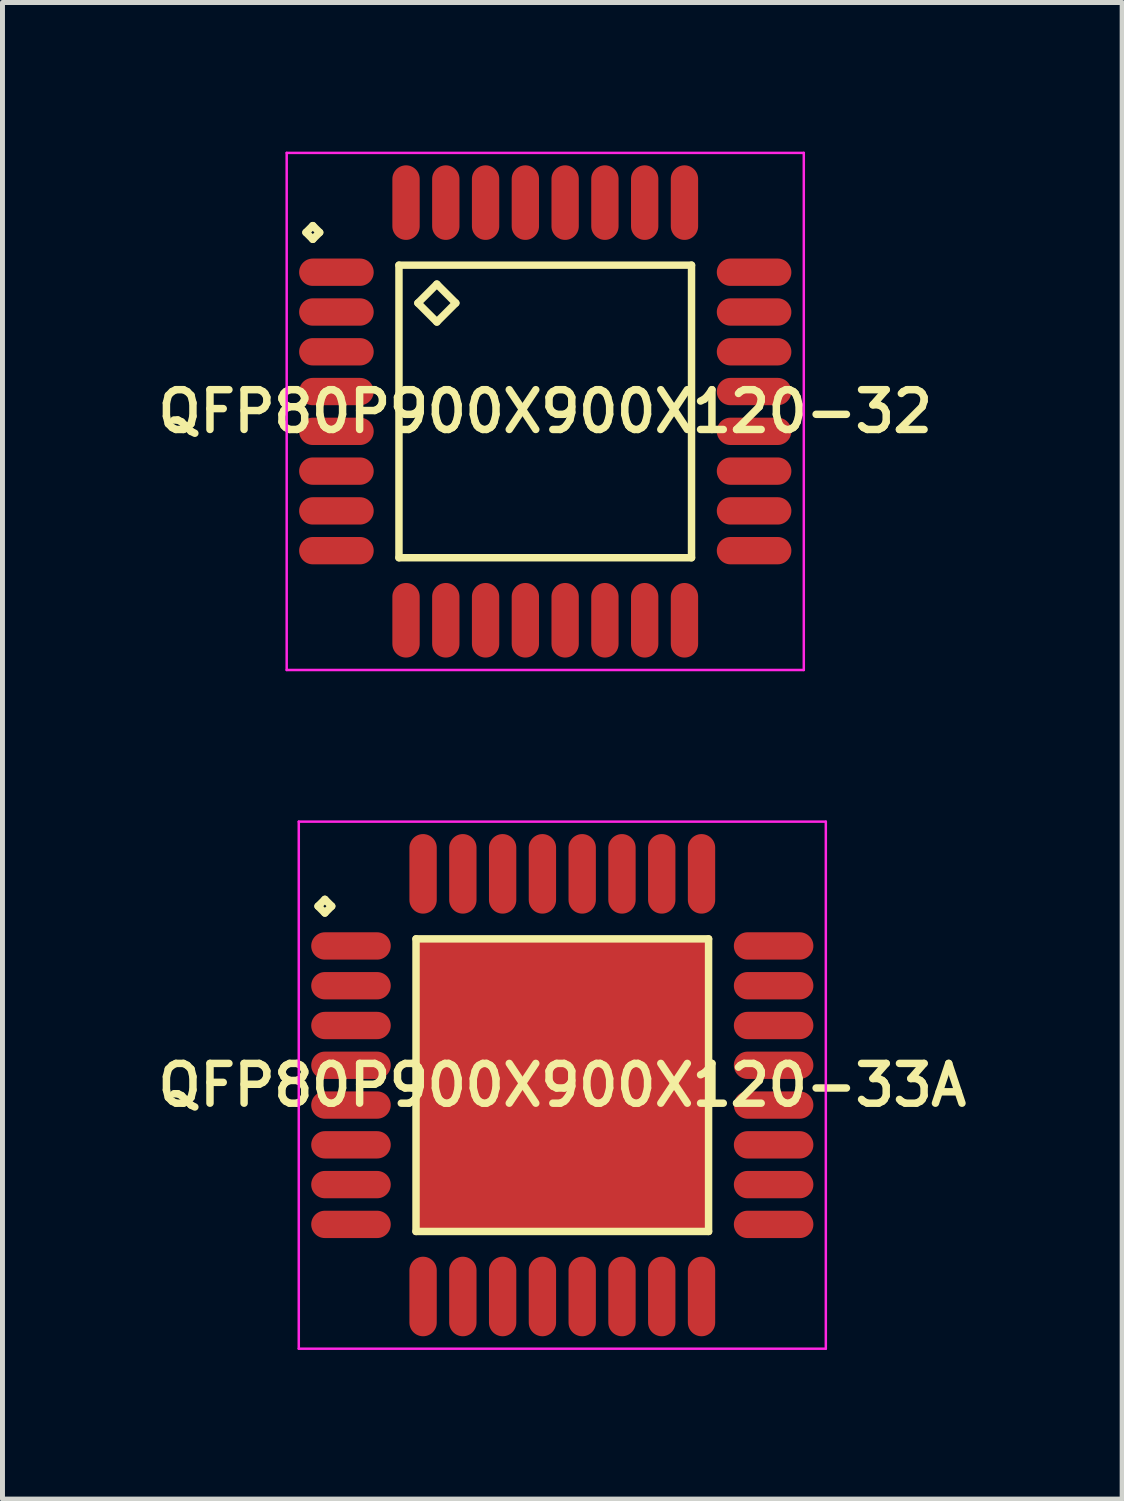
<source format=kicad_pcb>
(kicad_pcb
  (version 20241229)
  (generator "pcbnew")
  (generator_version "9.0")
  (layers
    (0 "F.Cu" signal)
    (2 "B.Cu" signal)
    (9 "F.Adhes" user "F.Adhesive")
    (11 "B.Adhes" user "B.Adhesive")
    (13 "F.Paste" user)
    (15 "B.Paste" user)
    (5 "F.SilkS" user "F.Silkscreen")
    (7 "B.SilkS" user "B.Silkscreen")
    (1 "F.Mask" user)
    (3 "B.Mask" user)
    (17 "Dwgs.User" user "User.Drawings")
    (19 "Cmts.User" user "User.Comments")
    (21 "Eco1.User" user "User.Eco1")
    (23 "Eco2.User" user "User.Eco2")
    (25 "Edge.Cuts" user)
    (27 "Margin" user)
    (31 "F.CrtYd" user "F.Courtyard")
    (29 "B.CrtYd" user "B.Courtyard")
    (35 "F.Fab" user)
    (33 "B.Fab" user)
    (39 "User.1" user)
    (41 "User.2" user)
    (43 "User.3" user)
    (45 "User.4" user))
  (footprint "QFP80P900X900X120-33A"
    (layer "F.Cu")
    (at 8.259 18.775)
    (property "Reference" "QFP80P900X900X120-33A" (at 0 0 0) (layer "F.SilkS") (effects (font (size 0.8 0.8) (thickness 0.15))))
    (attr smd)
    (fp_line (start -4.912 -3.6) (end -4.775 -3.737) (stroke (width 0.15) (type solid)) (layer "F.SilkS"))
    (fp_line (start -4.775 -3.737) (end -4.638 -3.6) (stroke (width 0.15) (type solid)) (layer "F.SilkS"))
    (fp_line (start -4.775 -3.462) (end -4.912 -3.6) (stroke (width 0.15) (type solid)) (layer "F.SilkS"))
    (fp_line (start -4.638 -3.6) (end -4.775 -3.462) (stroke (width 0.15) (type solid)) (layer "F.SilkS"))
    (fp_line (start -2.942 -2.942) (end -2.942 2.942) (stroke (width 0.15) (type solid)) (layer "F.SilkS"))
    (fp_line (start -2.942 2.942) (end 2.942 2.942) (stroke (width 0.15) (type solid)) (layer "F.SilkS"))
    (fp_line (start 2.942 -2.942) (end -2.942 -2.942) (stroke (width 0.15) (type solid)) (layer "F.SilkS"))
    (fp_line (start 2.942 2.942) (end 2.942 -2.942) (stroke (width 0.15) (type solid)) (layer "F.SilkS"))
    (fp_line (start -5.3 -5.3) (end 5.3 -5.3) (stroke (width 0.05) (type solid)) (layer "F.CrtYd"))
    (fp_line (start -5.3 5.3) (end -5.3 -5.3) (stroke (width 0.05) (type solid)) (layer "F.CrtYd"))
    (fp_line (start 5.3 -5.3) (end 5.3 5.3) (stroke (width 0.05) (type solid)) (layer "F.CrtYd"))
    (fp_line (start 5.3 5.3) (end -5.3 5.3) (stroke (width 0.05) (type solid)) (layer "F.CrtYd"))
    (pad "1" smd oval (at -4.25 -2.8) (size 1.6 0.55) (layers "F.Cu" "F.Mask" "F.Paste"))
    (pad "2" smd oval (at -4.25 -2) (size 1.6 0.55) (layers "F.Cu" "F.Mask" "F.Paste"))
    (pad "3" smd oval (at -4.25 -1.2) (size 1.6 0.55) (layers "F.Cu" "F.Mask" "F.Paste"))
    (pad "4" smd oval (at -4.25 -0.4) (size 1.6 0.55) (layers "F.Cu" "F.Mask" "F.Paste"))
    (pad "5" smd oval (at -4.25 0.4) (size 1.6 0.55) (layers "F.Cu" "F.Mask" "F.Paste"))
    (pad "6" smd oval (at -4.25 1.2) (size 1.6 0.55) (layers "F.Cu" "F.Mask" "F.Paste"))
    (pad "7" smd oval (at -4.25 2) (size 1.6 0.55) (layers "F.Cu" "F.Mask" "F.Paste"))
    (pad "8" smd oval (at -4.25 2.8) (size 1.6 0.55) (layers "F.Cu" "F.Mask" "F.Paste"))
    (pad "9" smd oval (at -2.8 4.25) (size 0.55 1.6) (layers "F.Cu" "F.Mask" "F.Paste"))
    (pad "10" smd oval (at -2 4.25) (size 0.55 1.6) (layers "F.Cu" "F.Mask" "F.Paste"))
    (pad "11" smd oval (at -1.2 4.25) (size 0.55 1.6) (layers "F.Cu" "F.Mask" "F.Paste"))
    (pad "12" smd oval (at -0.4 4.25) (size 0.55 1.6) (layers "F.Cu" "F.Mask" "F.Paste"))
    (pad "13" smd oval (at 0.4 4.25) (size 0.55 1.6) (layers "F.Cu" "F.Mask" "F.Paste"))
    (pad "14" smd oval (at 1.2 4.25) (size 0.55 1.6) (layers "F.Cu" "F.Mask" "F.Paste"))
    (pad "15" smd oval (at 2 4.25) (size 0.55 1.6) (layers "F.Cu" "F.Mask" "F.Paste"))
    (pad "16" smd oval (at 2.8 4.25) (size 0.55 1.6) (layers "F.Cu" "F.Mask" "F.Paste"))
    (pad "17" smd oval (at 4.25 2.8) (size 1.6 0.55) (layers "F.Cu" "F.Mask" "F.Paste"))
    (pad "18" smd oval (at 4.25 2) (size 1.6 0.55) (layers "F.Cu" "F.Mask" "F.Paste"))
    (pad "19" smd oval (at 4.25 1.2) (size 1.6 0.55) (layers "F.Cu" "F.Mask" "F.Paste"))
    (pad "20" smd oval (at 4.25 0.4) (size 1.6 0.55) (layers "F.Cu" "F.Mask" "F.Paste"))
    (pad "21" smd oval (at 4.25 -0.4) (size 1.6 0.55) (layers "F.Cu" "F.Mask" "F.Paste"))
    (pad "22" smd oval (at 4.25 -1.2) (size 1.6 0.55) (layers "F.Cu" "F.Mask" "F.Paste"))
    (pad "23" smd oval (at 4.25 -2) (size 1.6 0.55) (layers "F.Cu" "F.Mask" "F.Paste"))
    (pad "24" smd oval (at 4.25 -2.8) (size 1.6 0.55) (layers "F.Cu" "F.Mask" "F.Paste"))
    (pad "25" smd oval (at 2.8 -4.25) (size 0.55 1.6) (layers "F.Cu" "F.Mask" "F.Paste"))
    (pad "26" smd oval (at 2 -4.25) (size 0.55 1.6) (layers "F.Cu" "F.Mask" "F.Paste"))
    (pad "27" smd oval (at 1.2 -4.25) (size 0.55 1.6) (layers "F.Cu" "F.Mask" "F.Paste"))
    (pad "28" smd oval (at 0.4 -4.25) (size 0.55 1.6) (layers "F.Cu" "F.Mask" "F.Paste"))
    (pad "29" smd oval (at -0.4 -4.25) (size 0.55 1.6) (layers "F.Cu" "F.Mask" "F.Paste"))
    (pad "30" smd oval (at -1.2 -4.25) (size 0.55 1.6) (layers "F.Cu" "F.Mask" "F.Paste"))
    (pad "31" smd oval (at -2 -4.25) (size 0.55 1.6) (layers "F.Cu" "F.Mask" "F.Paste"))
    (pad "32" smd oval (at -2.8 -4.25) (size 0.55 1.6) (layers "F.Cu" "F.Mask" "F.Paste"))
    (pad "33" smd rect (at 0 0) (size 6 6) (layers "F.Cu" "F.Mask" "F.Paste")))
  (footprint "QFP80P900X900X120-32"
    (layer "F.Cu")
    (at 7.916 5.225)
    (property "Reference" "QFP80P900X900X120-32" (at 0 0 0) (layer "F.SilkS") (effects (font (size 0.8 0.8) (thickness 0.15))))
    (attr smd)
    (fp_line (start -4.812 -3.6) (end -4.675 -3.737) (stroke (width 0.15) (type solid)) (layer "F.SilkS"))
    (fp_line (start -4.675 -3.737) (end -4.537 -3.6) (stroke (width 0.15) (type solid)) (layer "F.SilkS"))
    (fp_line (start -4.675 -3.462) (end -4.812 -3.6) (stroke (width 0.15) (type solid)) (layer "F.SilkS"))
    (fp_line (start -4.537 -3.6) (end -4.675 -3.462) (stroke (width 0.15) (type solid)) (layer "F.SilkS"))
    (fp_line (start -2.942 -2.942) (end -2.942 2.942) (stroke (width 0.15) (type solid)) (layer "F.SilkS"))
    (fp_line (start -2.942 2.942) (end 2.942 2.942) (stroke (width 0.15) (type solid)) (layer "F.SilkS"))
    (fp_line (start -2.561 -2.18) (end -2.18 -2.561) (stroke (width 0.15) (type solid)) (layer "F.SilkS"))
    (fp_line (start -2.18 -2.561) (end -1.799 -2.18) (stroke (width 0.15) (type solid)) (layer "F.SilkS"))
    (fp_line (start -2.18 -1.799) (end -2.561 -2.18) (stroke (width 0.15) (type solid)) (layer "F.SilkS"))
    (fp_line (start -1.799 -2.18) (end -2.18 -1.799) (stroke (width 0.15) (type solid)) (layer "F.SilkS"))
    (fp_line (start 2.942 -2.942) (end -2.942 -2.942) (stroke (width 0.15) (type solid)) (layer "F.SilkS"))
    (fp_line (start 2.942 2.942) (end 2.942 -2.942) (stroke (width 0.15) (type solid)) (layer "F.SilkS"))
    (fp_line (start -5.2 -5.2) (end 5.2 -5.2) (stroke (width 0.05) (type solid)) (layer "F.CrtYd"))
    (fp_line (start -5.2 5.2) (end -5.2 -5.2) (stroke (width 0.05) (type solid)) (layer "F.CrtYd"))
    (fp_line (start 5.2 -5.2) (end 5.2 5.2) (stroke (width 0.05) (type solid)) (layer "F.CrtYd"))
    (fp_line (start 5.2 5.2) (end -5.2 5.2) (stroke (width 0.05) (type solid)) (layer "F.CrtYd"))
    (pad "1" smd oval (at -4.2 -2.8) (size 1.5 0.55) (layers "F.Cu" "F.Mask" "F.Paste"))
    (pad "2" smd oval (at -4.2 -2) (size 1.5 0.55) (layers "F.Cu" "F.Mask" "F.Paste"))
    (pad "3" smd oval (at -4.2 -1.2) (size 1.5 0.55) (layers "F.Cu" "F.Mask" "F.Paste"))
    (pad "4" smd oval (at -4.2 -0.4) (size 1.5 0.55) (layers "F.Cu" "F.Mask" "F.Paste"))
    (pad "5" smd oval (at -4.2 0.4) (size 1.5 0.55) (layers "F.Cu" "F.Mask" "F.Paste"))
    (pad "6" smd oval (at -4.2 1.2) (size 1.5 0.55) (layers "F.Cu" "F.Mask" "F.Paste"))
    (pad "7" smd oval (at -4.2 2) (size 1.5 0.55) (layers "F.Cu" "F.Mask" "F.Paste"))
    (pad "8" smd oval (at -4.2 2.8) (size 1.5 0.55) (layers "F.Cu" "F.Mask" "F.Paste"))
    (pad "9" smd oval (at -2.8 4.2) (size 0.55 1.5) (layers "F.Cu" "F.Mask" "F.Paste"))
    (pad "10" smd oval (at -2 4.2) (size 0.55 1.5) (layers "F.Cu" "F.Mask" "F.Paste"))
    (pad "11" smd oval (at -1.2 4.2) (size 0.55 1.5) (layers "F.Cu" "F.Mask" "F.Paste"))
    (pad "12" smd oval (at -0.4 4.2) (size 0.55 1.5) (layers "F.Cu" "F.Mask" "F.Paste"))
    (pad "13" smd oval (at 0.4 4.2) (size 0.55 1.5) (layers "F.Cu" "F.Mask" "F.Paste"))
    (pad "14" smd oval (at 1.2 4.2) (size 0.55 1.5) (layers "F.Cu" "F.Mask" "F.Paste"))
    (pad "15" smd oval (at 2 4.2) (size 0.55 1.5) (layers "F.Cu" "F.Mask" "F.Paste"))
    (pad "16" smd oval (at 2.8 4.2) (size 0.55 1.5) (layers "F.Cu" "F.Mask" "F.Paste"))
    (pad "17" smd oval (at 4.2 2.8) (size 1.5 0.55) (layers "F.Cu" "F.Mask" "F.Paste"))
    (pad "18" smd oval (at 4.2 2) (size 1.5 0.55) (layers "F.Cu" "F.Mask" "F.Paste"))
    (pad "19" smd oval (at 4.2 1.2) (size 1.5 0.55) (layers "F.Cu" "F.Mask" "F.Paste"))
    (pad "20" smd oval (at 4.2 0.4) (size 1.5 0.55) (layers "F.Cu" "F.Mask" "F.Paste"))
    (pad "21" smd oval (at 4.2 -0.4) (size 1.5 0.55) (layers "F.Cu" "F.Mask" "F.Paste"))
    (pad "22" smd oval (at 4.2 -1.2) (size 1.5 0.55) (layers "F.Cu" "F.Mask" "F.Paste"))
    (pad "23" smd oval (at 4.2 -2) (size 1.5 0.55) (layers "F.Cu" "F.Mask" "F.Paste"))
    (pad "24" smd oval (at 4.2 -2.8) (size 1.5 0.55) (layers "F.Cu" "F.Mask" "F.Paste"))
    (pad "25" smd oval (at 2.8 -4.2) (size 0.55 1.5) (layers "F.Cu" "F.Mask" "F.Paste"))
    (pad "26" smd oval (at 2 -4.2) (size 0.55 1.5) (layers "F.Cu" "F.Mask" "F.Paste"))
    (pad "27" smd oval (at 1.2 -4.2) (size 0.55 1.5) (layers "F.Cu" "F.Mask" "F.Paste"))
    (pad "28" smd oval (at 0.4 -4.2) (size 0.55 1.5) (layers "F.Cu" "F.Mask" "F.Paste"))
    (pad "29" smd oval (at -0.4 -4.2) (size 0.55 1.5) (layers "F.Cu" "F.Mask" "F.Paste"))
    (pad "30" smd oval (at -1.2 -4.2) (size 0.55 1.5) (layers "F.Cu" "F.Mask" "F.Paste"))
    (pad "31" smd oval (at -2 -4.2) (size 0.55 1.5) (layers "F.Cu" "F.Mask" "F.Paste"))
    (pad "32" smd oval (at -2.8 -4.2) (size 0.55 1.5) (layers "F.Cu" "F.Mask" "F.Paste")))
  (gr_rect
    (start -3 -3)
    (end 19.519 27.1)
    (stroke (width 0.1) (type default))
    (fill no)
    (layer "Edge.Cuts")))
</source>
